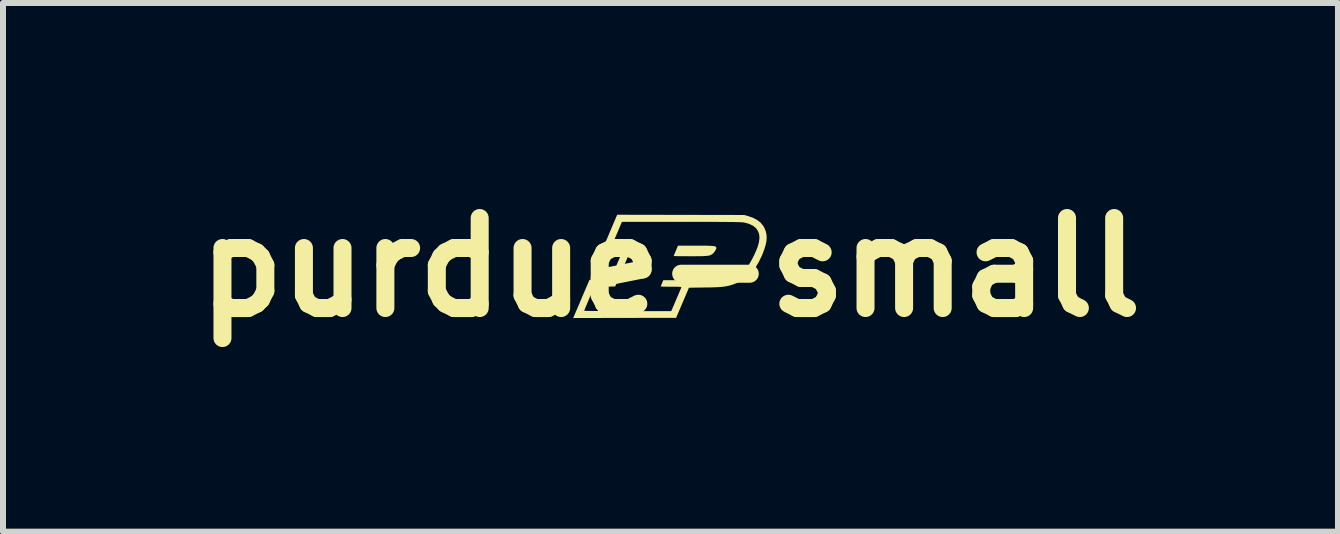
<source format=kicad_pcb>
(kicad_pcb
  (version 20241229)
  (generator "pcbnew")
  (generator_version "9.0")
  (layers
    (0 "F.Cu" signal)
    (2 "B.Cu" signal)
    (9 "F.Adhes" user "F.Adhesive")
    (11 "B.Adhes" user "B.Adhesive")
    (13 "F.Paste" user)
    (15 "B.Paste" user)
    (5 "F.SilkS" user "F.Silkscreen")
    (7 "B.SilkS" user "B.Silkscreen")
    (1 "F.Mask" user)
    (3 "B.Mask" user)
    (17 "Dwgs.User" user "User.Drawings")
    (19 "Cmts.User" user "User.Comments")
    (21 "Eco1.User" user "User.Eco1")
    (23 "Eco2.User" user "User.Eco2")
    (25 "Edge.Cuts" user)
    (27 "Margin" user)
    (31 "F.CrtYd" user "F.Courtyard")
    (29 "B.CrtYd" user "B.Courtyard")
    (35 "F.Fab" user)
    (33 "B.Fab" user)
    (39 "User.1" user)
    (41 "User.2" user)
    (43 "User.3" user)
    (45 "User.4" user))
  (footprint "purdue-small"
    (layer "F.Cu")
    (at 8.121 1.404)
    (property "Reference" "purdue-small" (at 0 0 0) (layer "F.SilkS") (effects (font (size 1.5 1.5) (thickness 0.3))))
    (attr board_only exclude_from_pos_files exclude_from_bom)
    (fp_poly (pts (xy 0.414 -0.361) (xy 0.497 -0.361) (xy 0.565 -0.361) (xy 0.621 -0.36) (xy 0.665 -0.358) (xy 0.699 -0.356) (xy 0.724 -0.353) (xy 0.742 -0.349) (xy 0.754 -0.344) (xy 0.761 -0.338) (xy 0.764 -0.333) (xy 0.764 -0.316) (xy 0.755 -0.293) (xy 0.74 -0.267) (xy 0.721 -0.242) (xy 0.708 -0.23) (xy 0.694 -0.219) (xy 0.679 -0.21) (xy 0.663 -0.202) (xy 0.644 -0.196) (xy 0.619 -0.192) (xy 0.588 -0.189) (xy 0.549 -0.187) (xy 0.5 -0.185) (xy 0.44 -0.185) (xy 0.367 -0.184) (xy 0.329 -0.184) (xy 0.266 -0.185) (xy 0.208 -0.185) (xy 0.156 -0.185) (xy 0.113 -0.186) (xy 0.081 -0.187) (xy 0.061 -0.188) (xy 0.054 -0.189) (xy 0.057 -0.197) (xy 0.064 -0.216) (xy 0.076 -0.244) (xy 0.09 -0.277) (xy 0.125 -0.361)) (stroke (width 0) (type solid)) (fill yes) (layer "F.SilkS"))
    (fp_poly (pts (xy 0.169 -0.874) (xy 1.226 -0.872) (xy 1.289 -0.855) (xy 1.372 -0.827) (xy 1.442 -0.79) (xy 1.5 -0.746) (xy 1.544 -0.693) (xy 1.564 -0.658) (xy 1.586 -0.606) (xy 1.599 -0.552) (xy 1.603 -0.496) (xy 1.599 -0.436) (xy 1.585 -0.369) (xy 1.562 -0.295) (xy 1.53 -0.211) (xy 1.518 -0.184) (xy 1.466 -0.078) (xy 1.409 0.015) (xy 1.345 0.095) (xy 1.274 0.162) (xy 1.195 0.217) (xy 1.107 0.261) (xy 1.054 0.282) (xy 1.016 0.294) (xy 0.979 0.305) (xy 0.943 0.313) (xy 0.905 0.32) (xy 0.863 0.325) (xy 0.815 0.329) (xy 0.759 0.332) (xy 0.692 0.334) (xy 0.614 0.336) (xy 0.571 0.336) (xy 0.308 0.34) (xy 0.201 0.591) (xy 0.094 0.842) (xy -0.764 0.843) (xy -1.621 0.845) (xy -1.604 0.805) (xy -1.597 0.789) (xy -1.585 0.761) (xy -1.569 0.723) (xy -1.437 0.723) (xy -1.43 0.724) (xy -1.408 0.725) (xy -1.372 0.726) (xy -1.324 0.727) (xy -1.265 0.728) (xy -1.195 0.728) (xy -1.115 0.729) (xy -1.026 0.729) (xy -0.93 0.73) (xy -0.827 0.73) (xy -0.718 0.73) (xy -0.712 0.73) (xy 0.013 0.73) (xy 0.096 0.536) (xy 0.118 0.485) (xy 0.138 0.438) (xy 0.155 0.397) (xy 0.169 0.365) (xy 0.178 0.343) (xy 0.182 0.333) (xy 0.182 0.332) (xy 0.18 0.329) (xy 0.171 0.327) (xy 0.152 0.325) (xy 0.123 0.324) (xy 0.081 0.323) (xy 0.026 0.323) (xy 0.012 0.323) (xy -0.037 0.323) (xy -0.082 0.322) (xy -0.118 0.322) (xy -0.145 0.321) (xy -0.159 0.32) (xy -0.161 0.319) (xy -0.159 0.311) (xy -0.152 0.292) (xy -0.142 0.267) (xy -0.141 0.265) (xy -0.12 0.215) (xy 0.338 0.215) (xy 0.443 0.215) (xy 0.534 0.215) (xy 0.612 0.214) (xy 0.679 0.213) (xy 0.737 0.212) (xy 0.785 0.21) (xy 0.826 0.208) (xy 0.861 0.205) (xy 0.892 0.201) (xy 0.919 0.196) (xy 0.945 0.19) (xy 0.97 0.184) (xy 0.995 0.176) (xy 1.084 0.142) (xy 1.164 0.097) (xy 1.233 0.042) (xy 1.289 -0.02) (xy 1.314 -0.055) (xy 1.341 -0.101) (xy 1.37 -0.155) (xy 1.398 -0.212) (xy 1.424 -0.27) (xy 1.446 -0.324) (xy 1.453 -0.342) (xy 1.474 -0.419) (xy 1.483 -0.488) (xy 1.478 -0.549) (xy 1.459 -0.603) (xy 1.428 -0.649) (xy 1.383 -0.688) (xy 1.325 -0.718) (xy 1.253 -0.741) (xy 1.241 -0.743) (xy 1.231 -0.745) (xy 1.22 -0.747) (xy 1.207 -0.749) (xy 1.192 -0.75) (xy 1.172 -0.751) (xy 1.148 -0.753) (xy 1.118 -0.753) (xy 1.083 -0.754) (xy 1.04 -0.755) (xy 0.99 -0.755) (xy 0.931 -0.756) (xy 0.862 -0.756) (xy 0.783 -0.757) (xy 0.693 -0.757) (xy 0.591 -0.757) (xy 0.477 -0.757) (xy 0.348 -0.757) (xy 0.206 -0.757) (xy 0.185 -0.757) (xy -0.809 -0.757) (xy -0.892 -0.561) (xy -0.914 -0.51) (xy -0.934 -0.464) (xy -0.951 -0.424) (xy -0.964 -0.393) (xy -0.972 -0.372) (xy -0.976 -0.363) (xy -0.976 -0.363) (xy -0.969 -0.363) (xy -0.948 -0.362) (xy -0.917 -0.362) (xy -0.876 -0.361) (xy -0.829 -0.361) (xy -0.806 -0.361) (xy -0.636 -0.361) (xy -0.641 -0.344) (xy -0.645 -0.333) (xy -0.654 -0.31) (xy -0.668 -0.276) (xy -0.686 -0.232) (xy -0.708 -0.18) (xy -0.733 -0.122) (xy -0.76 -0.058) (xy -0.783 -0.004) (xy -0.921 0.319) (xy -1.096 0.323) (xy -1.271 0.327) (xy -1.354 0.522) (xy -1.376 0.573) (xy -1.395 0.62) (xy -1.412 0.66) (xy -1.425 0.692) (xy -1.434 0.713) (xy -1.437 0.723) (xy -1.437 0.723) (xy -1.569 0.723) (xy -1.568 0.722) (xy -1.548 0.674) (xy -1.524 0.62) (xy -1.499 0.56) (xy -1.472 0.497) (xy -1.468 0.486) (xy -1.349 0.208) (xy -1.176 0.208) (xy -1.002 0.208) (xy -0.911 -0.006) (xy -0.888 -0.06) (xy -0.867 -0.109) (xy -0.849 -0.152) (xy -0.834 -0.188) (xy -0.823 -0.213) (xy -0.817 -0.227) (xy -0.817 -0.229) (xy -0.819 -0.232) (xy -0.828 -0.234) (xy -0.847 -0.236) (xy -0.877 -0.237) (xy -0.919 -0.238) (xy -0.974 -0.238) (xy -0.983 -0.238) (xy -1.039 -0.238) (xy -1.082 -0.239) (xy -1.112 -0.24) (xy -1.133 -0.241) (xy -1.145 -0.243) (xy -1.151 -0.246) (xy -1.151 -0.25) (xy -1.148 -0.259) (xy -1.139 -0.281) (xy -1.126 -0.314) (xy -1.108 -0.357) (xy -1.086 -0.408) (xy -1.062 -0.465) (xy -1.036 -0.527) (xy -1.018 -0.569) (xy -0.888 -0.876)) (stroke (width 0) (type solid)) (fill yes) (layer "F.SilkS")))
  (gr_rect
    (start -3 -3)
    (end 19.243 5.808)
    (stroke (width 0.1) (type default))
    (fill no)
    (layer "Edge.Cuts")))
</source>
